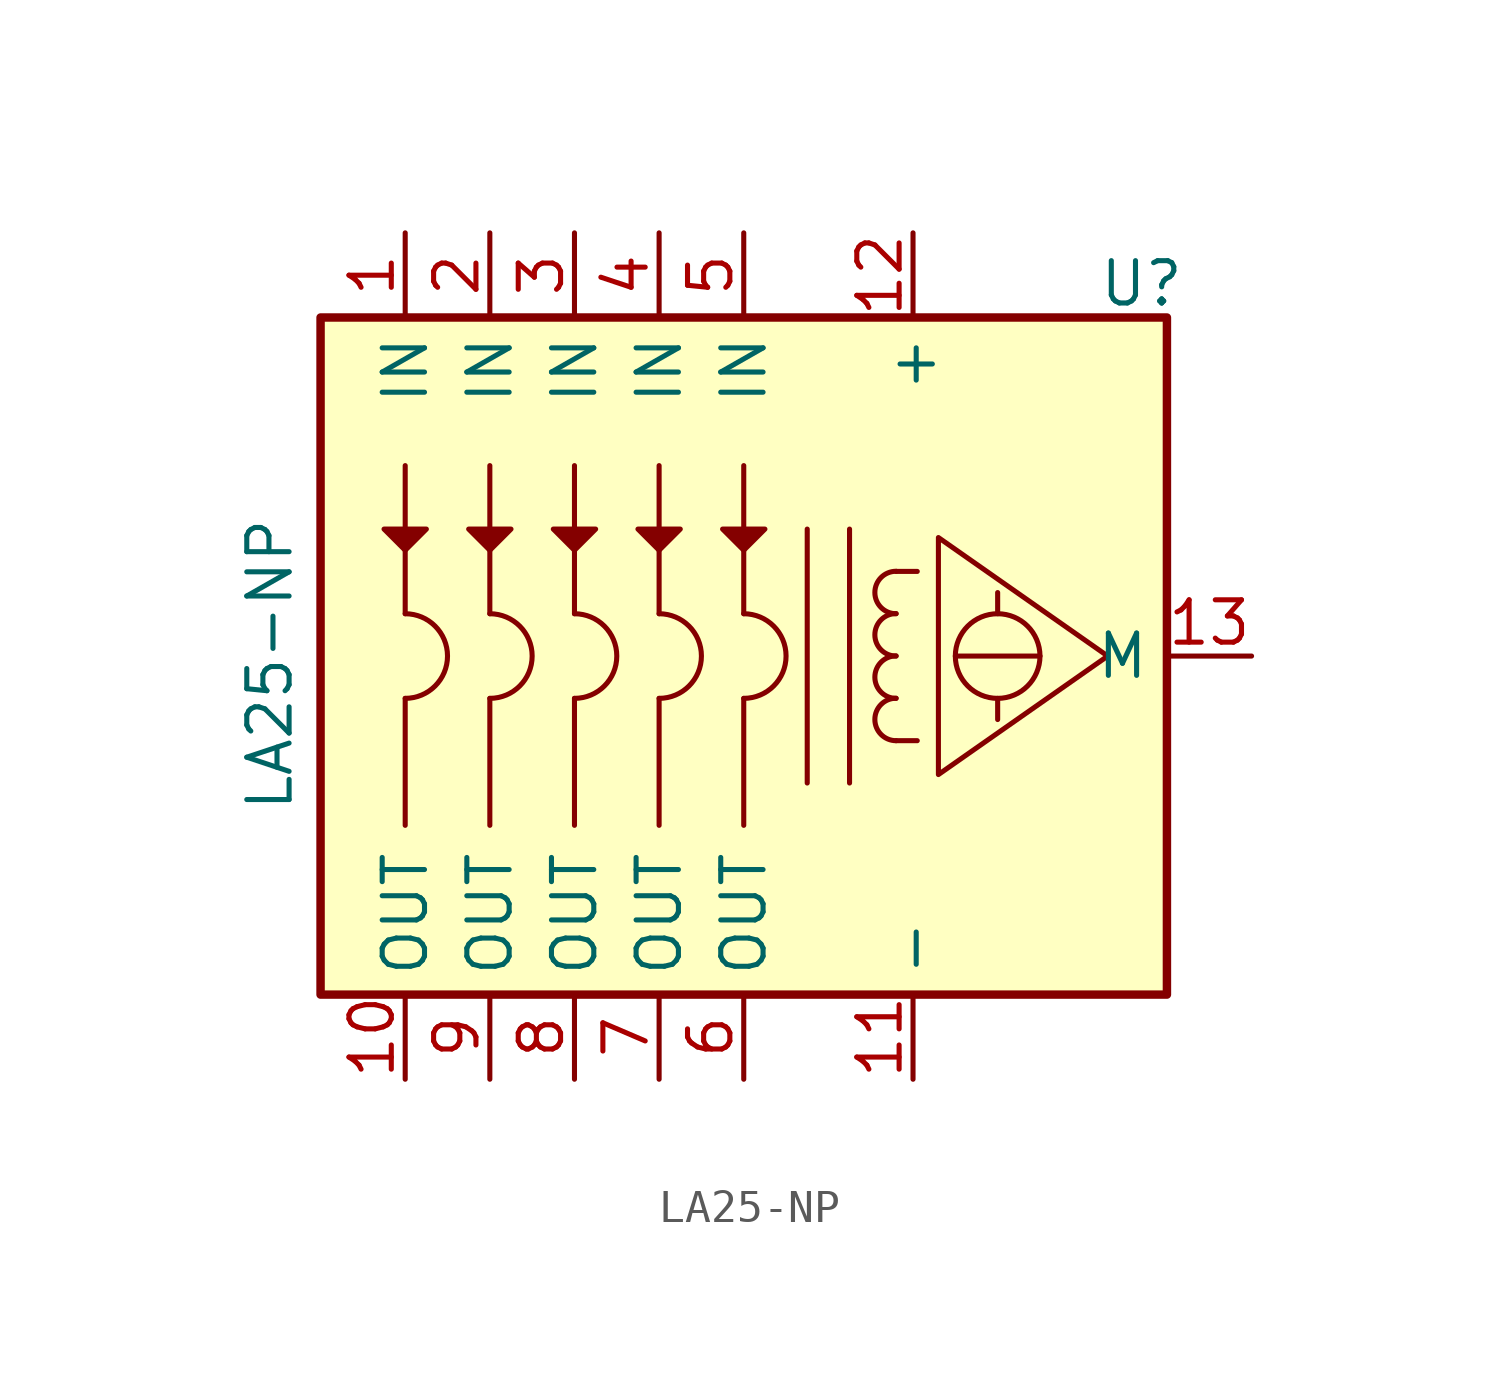
<source format=kicad_sym>
(kicad_symbol_lib
  (version 20231120)
  (generator "kicad_symbol_editor")
  (generator_version "8.0")
  (symbol "LA25-NP"
    (property "Reference" "U"
      (at 11.938 11.176 0)
      (effects (font (size 1.27 1.27))))
    (property "Value" "LA25-NP"
      (at -14.224 -0.254 90)
      (effects (font (size 1.27 1.27))))
    (symbol "LA25-NP_0_1"
      (arc (start -10.16 -1.27) (mid -8.89 0) (end -10.16 1.27) (stroke (width 0) (type default)) (fill (type none)))
      (arc (start -7.62 -1.27) (mid -6.35 0) (end -7.62 1.27) (stroke (width 0) (type default)) (fill (type none)))
      (arc (start -5.08 -1.27) (mid -3.81 0) (end -5.08 1.27) (stroke (width 0) (type default)) (fill (type none)))
      (arc (start -2.54 -1.27) (mid -1.27 0) (end -2.54 1.27) (stroke (width 0) (type default)) (fill (type none)))
      (arc (start 0 -1.27) (mid 1.27 0) (end 0 1.27) (stroke (width 0) (type default)) (fill (type none)))
      (polyline (pts (xy -10.16 -1.27) (xy -10.16 -5.08)) (stroke (width 0) (type default)) (fill (type none)))
      (polyline (pts (xy -10.16 1.27) (xy -10.16 5.715)) (stroke (width 0) (type default)) (fill (type none)))
      (polyline (pts (xy -7.62 -1.27) (xy -7.62 -5.08)) (stroke (width 0) (type default)) (fill (type none)))
      (polyline (pts (xy -7.62 1.27) (xy -7.62 5.715)) (stroke (width 0) (type default)) (fill (type none)))
      (polyline (pts (xy -5.08 -1.27) (xy -5.08 -5.08)) (stroke (width 0) (type default)) (fill (type none)))
      (polyline (pts (xy -5.08 1.27) (xy -5.08 5.715)) (stroke (width 0) (type default)) (fill (type none)))
      (polyline (pts (xy -2.54 -1.27) (xy -2.54 -5.08)) (stroke (width 0) (type default)) (fill (type none)))
      (polyline (pts (xy -2.54 1.27) (xy -2.54 5.715)) (stroke (width 0) (type default)) (fill (type none)))
      (polyline (pts (xy 0 -1.27) (xy 0 -5.08)) (stroke (width 0) (type default)) (fill (type none)))
      (polyline (pts (xy 0 1.27) (xy 0 5.715)) (stroke (width 0) (type default)) (fill (type none)))
      (polyline (pts (xy 1.905 3.81) (xy 1.905 -3.81)) (stroke (width 0) (type default)) (fill (type none)))
      (polyline (pts (xy 3.175 3.81) (xy 3.175 -3.81)) (stroke (width 0) (type default)) (fill (type none)))
      (polyline (pts (xy 4.572 -2.54) (xy 5.207 -2.54)) (stroke (width 0) (type default)) (fill (type none)))
      (polyline (pts (xy 4.572 2.54) (xy 5.207 2.54)) (stroke (width 0) (type default)) (fill (type none)))
      (polyline (pts (xy 7.62 -1.27) (xy 7.62 -1.905)) (stroke (width 0) (type default)) (fill (type none)))
      (polyline (pts (xy 7.62 1.27) (xy 7.62 1.905)) (stroke (width 0) (type default)) (fill (type none)))
      (polyline (pts (xy 8.89 0) (xy 6.35 0)) (stroke (width 0) (type default)) (fill (type none)))
      (polyline (pts (xy 5.842 3.556) (xy 5.842 -3.556) (xy 10.922 0) (xy 5.842 3.556)) (stroke (width 0) (type default)) (fill (type none)))
      (arc (start 4.572 -1.27) (mid 3.937 -1.905) (end 4.572 -2.54) (stroke (width 0) (type default)) (fill (type none)))
      (arc (start 4.572 0) (mid 3.937 -0.635) (end 4.572 -1.27) (stroke (width 0) (type default)) (fill (type none)))
      (arc (start 4.572 1.27) (mid 3.937 0.635) (end 4.572 0) (stroke (width 0) (type default)) (fill (type none)))
      (arc (start 4.572 2.54) (mid 3.937 1.905) (end 4.572 1.27) (stroke (width 0) (type default)) (fill (type none)))
      (circle (center 7.62 0) (radius 1.27) (stroke (width 0) (type default)) (fill (type none))))
    (symbol "LA25-NP_1_1"
      (rectangle (start -12.7 10.16) (end 12.7 -10.16) (stroke (width 0.254) (type default)) (fill (type background)))
      (polyline (pts (xy -10.16 3.175) (xy -10.795 3.81) (xy -9.525 3.81) (xy -10.16 3.175)) (stroke (width 0) (type default)) (fill (type outline)))
      (polyline (pts (xy -7.62 3.175) (xy -8.255 3.81) (xy -6.985 3.81) (xy -7.62 3.175)) (stroke (width 0) (type default)) (fill (type outline)))
      (polyline (pts (xy -5.08 3.175) (xy -5.715 3.81) (xy -4.445 3.81) (xy -5.08 3.175)) (stroke (width 0) (type default)) (fill (type outline)))
      (polyline (pts (xy -2.54 3.175) (xy -3.175 3.81) (xy -1.905 3.81) (xy -2.54 3.175)) (stroke (width 0) (type default)) (fill (type outline)))
      (polyline (pts (xy 0 3.175) (xy -0.635 3.81) (xy 0.635 3.81) (xy 0 3.175)) (stroke (width 0) (type default)) (fill (type outline)))
      (pin input line (at -10.16 12.7 270) (length 2.54) (name "IN" (effects (font (size 1.27 1.27)))) (number "1" (effects (font (size 1.27 1.27)))))
      (pin input line (at -10.16 -12.7 90) (length 2.54) (name "OUT" (effects (font (size 1.27 1.27)))) (number "10" (effects (font (size 1.27 1.27)))))
      (pin power_in line (at 5.08 -12.7 90) (length 2.54) (name "-" (effects (font (size 1.27 1.27)))) (number "11" (effects (font (size 1.27 1.27)))))
      (pin power_in line (at 5.08 12.7 270) (length 2.54) (name "+" (effects (font (size 1.27 1.27)))) (number "12" (effects (font (size 1.27 1.27)))))
      (pin output line (at 15.24 0 180) (length 2.54) (name "M" (effects (font (size 1.27 1.27)))) (number "13" (effects (font (size 1.27 1.27)))))
      (pin input line (at -7.62 12.7 270) (length 2.54) (name "IN" (effects (font (size 1.27 1.27)))) (number "2" (effects (font (size 1.27 1.27)))))
      (pin input line (at -5.08 12.7 270) (length 2.54) (name "IN" (effects (font (size 1.27 1.27)))) (number "3" (effects (font (size 1.27 1.27)))))
      (pin input line (at -2.54 12.7 270) (length 2.54) (name "IN" (effects (font (size 1.27 1.27)))) (number "4" (effects (font (size 1.27 1.27)))))
      (pin input line (at 0 12.7 270) (length 2.54) (name "IN" (effects (font (size 1.27 1.27)))) (number "5" (effects (font (size 1.27 1.27)))))
      (pin input line (at 0 -12.7 90) (length 2.54) (name "OUT" (effects (font (size 1.27 1.27)))) (number "6" (effects (font (size 1.27 1.27)))))
      (pin input line (at -2.54 -12.7 90) (length 2.54) (name "OUT" (effects (font (size 1.27 1.27)))) (number "7" (effects (font (size 1.27 1.27)))))
      (pin input line (at -5.08 -12.7 90) (length 2.54) (name "OUT" (effects (font (size 1.27 1.27)))) (number "8" (effects (font (size 1.27 1.27)))))
      (pin input line (at -7.62 -12.7 90) (length 2.54) (name "OUT" (effects (font (size 1.27 1.27)))) (number "9" (effects (font (size 1.27 1.27))))))))
</source>
